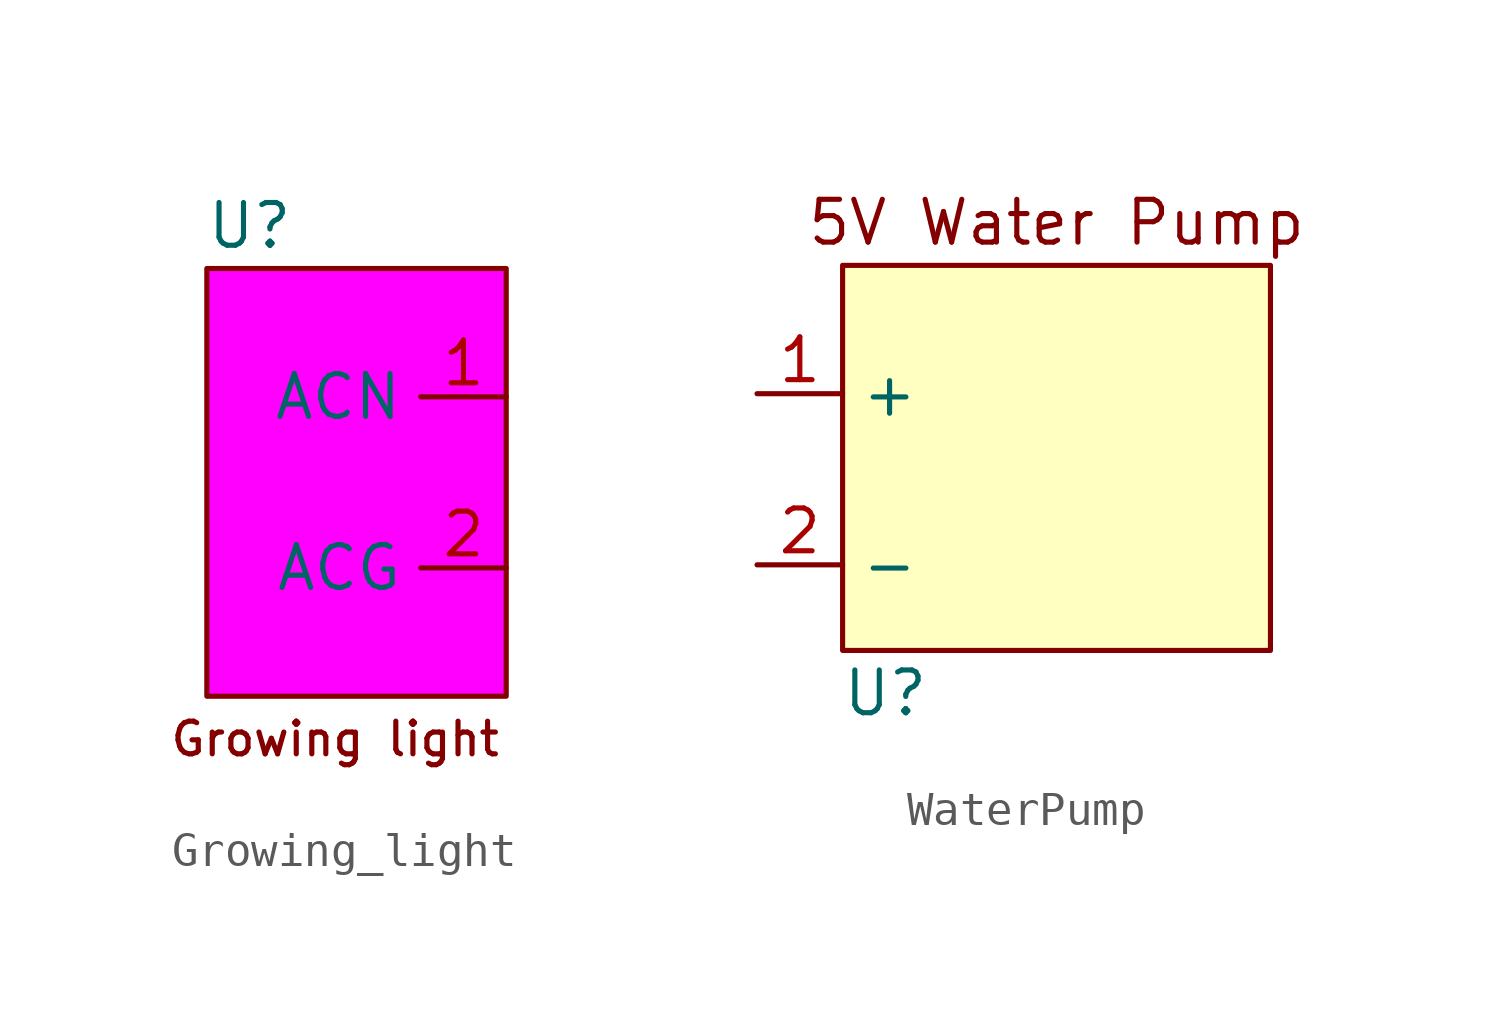
<source format=kicad_sym>
(kicad_symbol_lib
  (version 20220914)
  (generator kicad_symbol_editor)
  (symbol "Growing_light"
    (property "Reference" "U"
      (at -3.81 7.62 0)
      (effects (font (size 1.27 1.27))))
    (property "Value" ""
      (at 0 0 0)
      (effects (font (size 1.27 1.27))))
    (symbol "Growing_light_1_1"
      (text "Growing light" (at -1.27 -7.62 0) (effects (font (size 0.97 0.97))))
      (text_box "" (at -5.08 6.35 0) (size 8.89 -12.7) (stroke (width 0) (type default)) (fill (type color) (color 255 0 255 1)) (effects (font (size 1.27 1.27)) (justify left top)))
      (pin power_in line (at 3.81 2.54 180) (length 2.54) (name "ACN" (effects (font (size 1.27 1.27)))) (number "1" (effects (font (size 1.27 1.27)))))
      (pin power_in line (at 3.81 -2.54 180) (length 2.54) (name "ACG" (effects (font (size 1.27 1.27)))) (number "2" (effects (font (size 1.27 1.27)))))))
  (symbol "WaterPump"
    (property "Reference" "U"
      (at -5.08 -6.35 0)
      (effects (font (size 1.27 1.27))))
    (property "Value" ""
      (at -2.54 2.54 0)
      (effects (font (size 1.27 1.27))))
    (symbol "WaterPump_1_1"
      (rectangle (start -6.35 6.35) (end 6.35 -5.08) (stroke (width 0) (type default)) (fill (type color) (color 255 255 194 1)))
      (text "5V Water Pump" (at 0 7.62 0) (effects (font (size 1.27 1.27) (color 132 0 0 1))))
      (pin input line (at -8.89 2.54 0) (length 2.54) (name "+" (effects (font (size 1.27 1.27)))) (number "1" (effects (font (size 1.27 1.27)))))
      (pin input line (at -8.89 -2.54 0) (length 2.54) (name "-" (effects (font (size 1.27 1.27)))) (number "2" (effects (font (size 1.27 1.27))))))))
</source>
